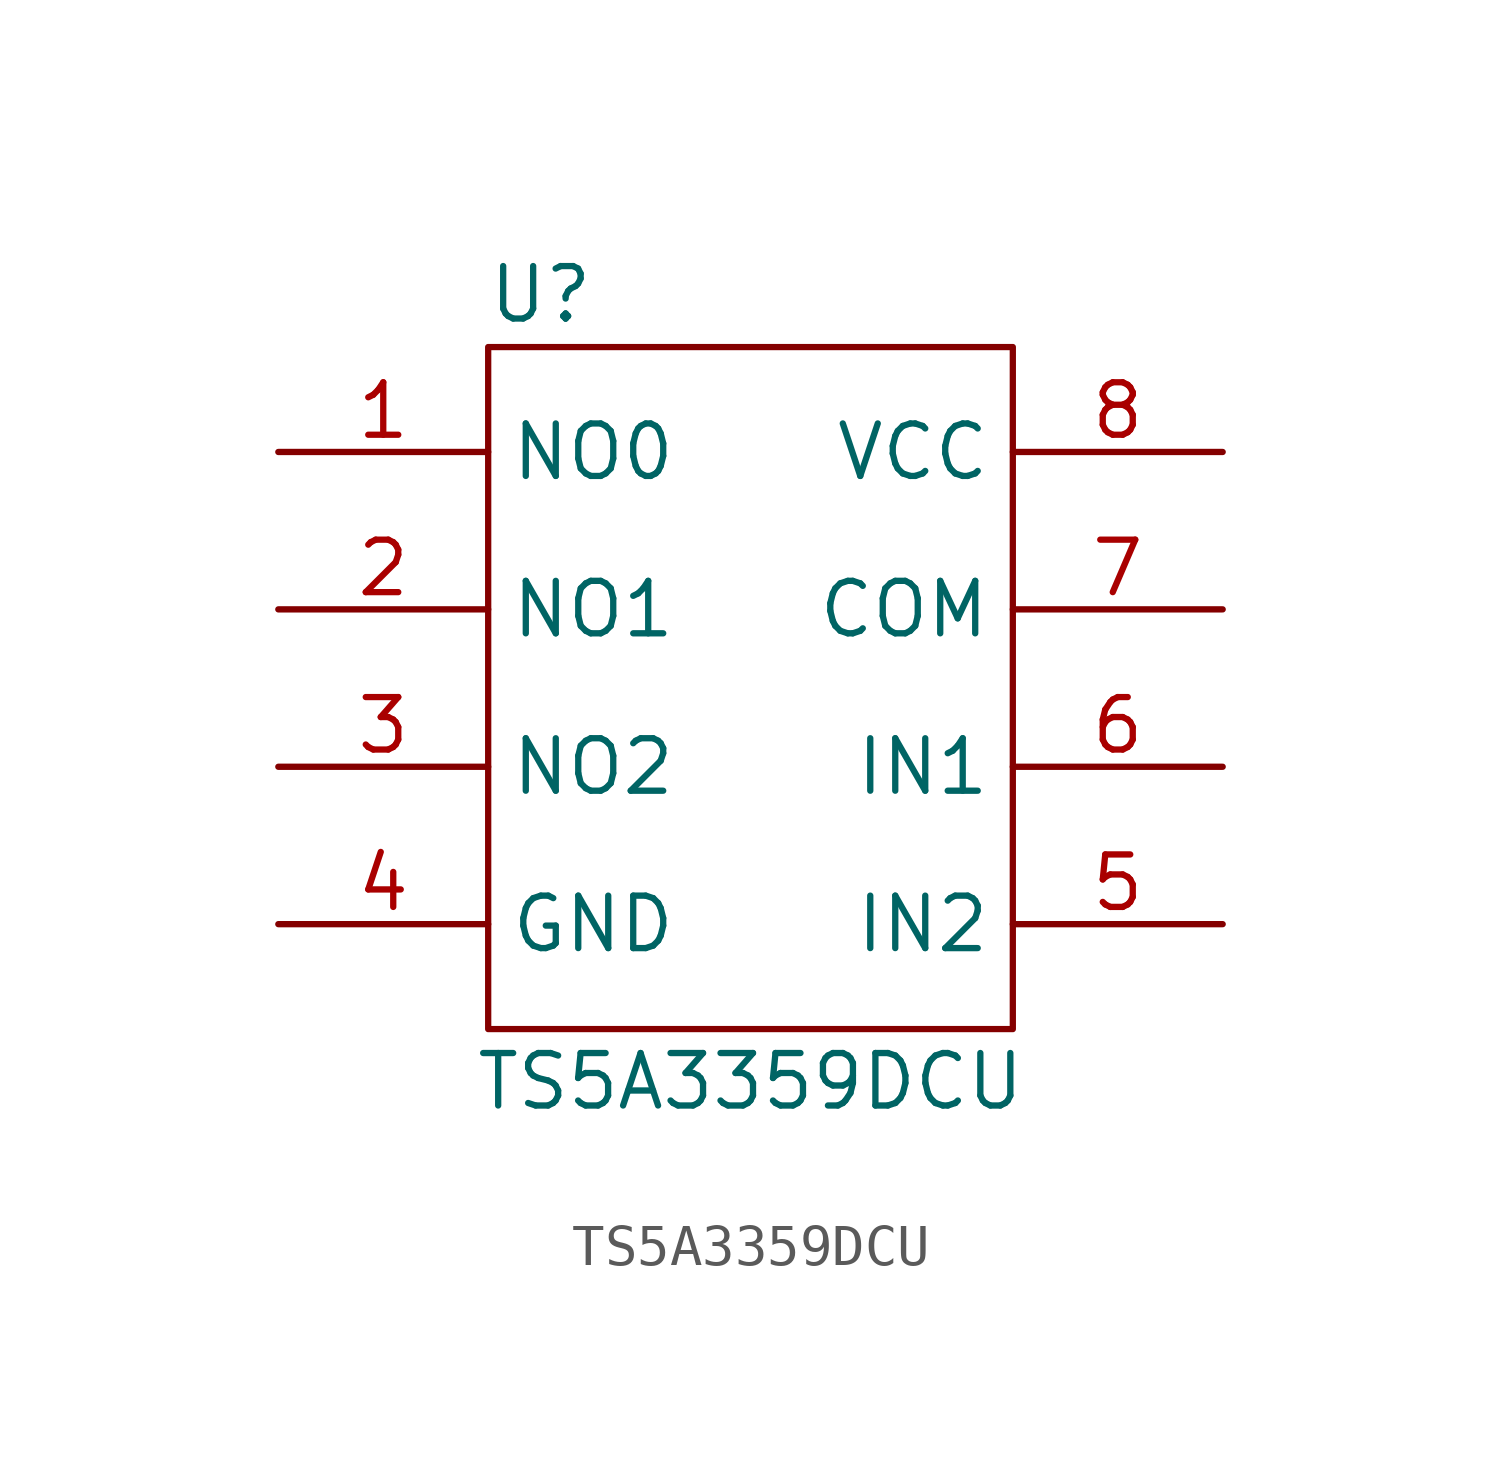
<source format=kicad_sym>
(kicad_symbol_lib
  (version 20211014)
  (generator kicad_symbol_editor)
  (symbol "TS5A3359DCU"
    (property "Reference" "U"
      (at -5.08 11.43 0)
      (effects (font (size 1.27 1.27))))
    (property "Value" "TS5A3359DCU"
      (at 0 -7.62 0)
      (effects (font (size 1.27 1.27))))
    (symbol "TS5A3359DCU_0_1"
      (rectangle (start -6.35 10.16) (end 6.35 -6.35) (stroke (width 0.152) (type default) (color 0 0 0 0)) (fill (type none))))
    (symbol "TS5A3359DCU_1_1"
      (pin bidirectional line (at -11.43 7.62 0) (length 5.08) (name "NO0" (effects (font (size 1.27 1.27)))) (number "1" (effects (font (size 1.27 1.27)))))
      (pin bidirectional line (at -11.43 3.81 0) (length 5.08) (name "NO1" (effects (font (size 1.27 1.27)))) (number "2" (effects (font (size 1.27 1.27)))))
      (pin bidirectional line (at -11.43 0 0) (length 5.08) (name "NO2" (effects (font (size 1.27 1.27)))) (number "3" (effects (font (size 1.27 1.27)))))
      (pin power_in line (at -11.43 -3.81 0) (length 5.08) (name "GND" (effects (font (size 1.27 1.27)))) (number "4" (effects (font (size 1.27 1.27)))))
      (pin input line (at 11.43 -3.81 180) (length 5.08) (name "IN2" (effects (font (size 1.27 1.27)))) (number "5" (effects (font (size 1.27 1.27)))))
      (pin input line (at 11.43 0 180) (length 5.08) (name "IN1" (effects (font (size 1.27 1.27)))) (number "6" (effects (font (size 1.27 1.27)))))
      (pin bidirectional line (at 11.43 3.81 180) (length 5.08) (name "COM" (effects (font (size 1.27 1.27)))) (number "7" (effects (font (size 1.27 1.27)))))
      (pin power_in line (at 11.43 7.62 180) (length 5.08) (name "VCC" (effects (font (size 1.27 1.27)))) (number "8" (effects (font (size 1.27 1.27))))))))
</source>
